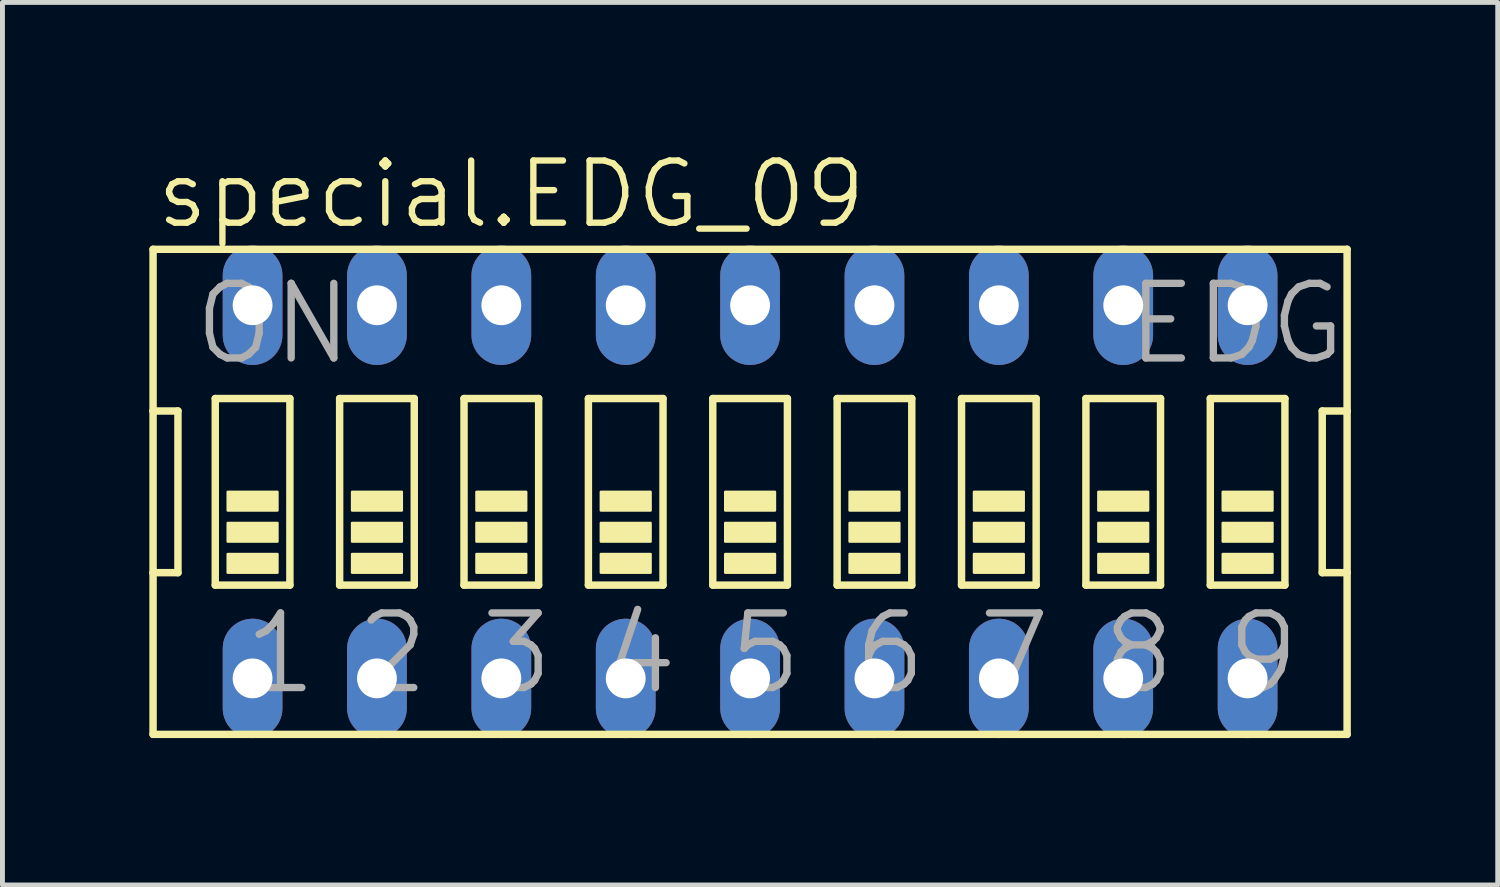
<source format=kicad_pcb>
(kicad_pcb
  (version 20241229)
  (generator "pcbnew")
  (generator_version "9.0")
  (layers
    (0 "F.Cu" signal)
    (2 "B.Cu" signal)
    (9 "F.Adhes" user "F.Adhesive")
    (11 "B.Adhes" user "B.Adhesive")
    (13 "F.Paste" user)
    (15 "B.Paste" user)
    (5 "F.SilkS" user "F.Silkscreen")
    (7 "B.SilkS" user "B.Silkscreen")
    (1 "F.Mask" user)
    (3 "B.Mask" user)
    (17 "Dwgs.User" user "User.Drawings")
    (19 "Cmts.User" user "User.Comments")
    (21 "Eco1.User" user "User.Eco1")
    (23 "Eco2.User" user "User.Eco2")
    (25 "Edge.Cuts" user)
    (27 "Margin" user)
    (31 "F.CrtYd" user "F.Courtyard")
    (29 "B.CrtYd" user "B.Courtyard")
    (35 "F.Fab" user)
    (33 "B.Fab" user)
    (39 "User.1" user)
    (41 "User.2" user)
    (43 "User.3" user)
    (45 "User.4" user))
  (footprint "special.EDG_09"
    (layer "F.Cu")
    (at 12.268 6.994)
    (property "Reference" "special.EDG_09" (at -12.192 -5.334 0) (layer "F.SilkS") (effects (font (size 1.27 1.27) (thickness 0.13)) (justify left bottom)))
    (attr through_hole)
    (fp_line (start -12.192 -4.953) (end -12.192 -1.651) (stroke (width 0.152) (type default)) (layer "F.SilkS"))
    (fp_line (start -12.192 -1.651) (end -12.192 1.651) (stroke (width 0.152) (type default)) (layer "F.SilkS"))
    (fp_line (start -12.192 1.651) (end -12.192 4.953) (stroke (width 0.152) (type default)) (layer "F.SilkS"))
    (fp_line (start -12.192 1.651) (end -11.684 1.651) (stroke (width 0.152) (type default)) (layer "F.SilkS"))
    (fp_line (start -12.192 4.953) (end 12.192 4.953) (stroke (width 0.152) (type default)) (layer "F.SilkS"))
    (fp_line (start -11.684 -1.651) (end -12.192 -1.651) (stroke (width 0.152) (type default)) (layer "F.SilkS"))
    (fp_line (start -11.684 1.651) (end -11.684 -1.651) (stroke (width 0.152) (type default)) (layer "F.SilkS"))
    (fp_line (start -10.922 -1.905) (end -10.922 1.905) (stroke (width 0.152) (type default)) (layer "F.SilkS"))
    (fp_line (start -10.922 -1.905) (end -9.398 -1.905) (stroke (width 0.152) (type default)) (layer "F.SilkS"))
    (fp_line (start -9.398 1.905) (end -10.922 1.905) (stroke (width 0.152) (type default)) (layer "F.SilkS"))
    (fp_line (start -9.398 1.905) (end -9.398 -1.905) (stroke (width 0.152) (type default)) (layer "F.SilkS"))
    (fp_line (start -8.382 -1.905) (end -8.382 1.905) (stroke (width 0.152) (type default)) (layer "F.SilkS"))
    (fp_line (start -8.382 -1.905) (end -6.858 -1.905) (stroke (width 0.152) (type default)) (layer "F.SilkS"))
    (fp_line (start -6.858 1.905) (end -8.382 1.905) (stroke (width 0.152) (type default)) (layer "F.SilkS"))
    (fp_line (start -6.858 1.905) (end -6.858 -1.905) (stroke (width 0.152) (type default)) (layer "F.SilkS"))
    (fp_line (start -5.842 -1.905) (end -5.842 1.905) (stroke (width 0.152) (type default)) (layer "F.SilkS"))
    (fp_line (start -5.842 -1.905) (end -4.318 -1.905) (stroke (width 0.152) (type default)) (layer "F.SilkS"))
    (fp_line (start -4.318 1.905) (end -5.842 1.905) (stroke (width 0.152) (type default)) (layer "F.SilkS"))
    (fp_line (start -4.318 1.905) (end -4.318 -1.905) (stroke (width 0.152) (type default)) (layer "F.SilkS"))
    (fp_line (start -3.302 -1.905) (end -3.302 1.905) (stroke (width 0.152) (type default)) (layer "F.SilkS"))
    (fp_line (start -3.302 -1.905) (end -1.778 -1.905) (stroke (width 0.152) (type default)) (layer "F.SilkS"))
    (fp_line (start -1.778 1.905) (end -3.302 1.905) (stroke (width 0.152) (type default)) (layer "F.SilkS"))
    (fp_line (start -1.778 1.905) (end -1.778 -1.905) (stroke (width 0.152) (type default)) (layer "F.SilkS"))
    (fp_line (start -0.762 -1.905) (end -0.762 1.905) (stroke (width 0.152) (type default)) (layer "F.SilkS"))
    (fp_line (start -0.762 -1.905) (end 0.762 -1.905) (stroke (width 0.152) (type default)) (layer "F.SilkS"))
    (fp_line (start 0.762 1.905) (end -0.762 1.905) (stroke (width 0.152) (type default)) (layer "F.SilkS"))
    (fp_line (start 0.762 1.905) (end 0.762 -1.905) (stroke (width 0.152) (type default)) (layer "F.SilkS"))
    (fp_line (start 1.778 -1.905) (end 1.778 1.905) (stroke (width 0.152) (type default)) (layer "F.SilkS"))
    (fp_line (start 1.778 -1.905) (end 3.302 -1.905) (stroke (width 0.152) (type default)) (layer "F.SilkS"))
    (fp_line (start 3.302 1.905) (end 1.778 1.905) (stroke (width 0.152) (type default)) (layer "F.SilkS"))
    (fp_line (start 3.302 1.905) (end 3.302 -1.905) (stroke (width 0.152) (type default)) (layer "F.SilkS"))
    (fp_line (start 4.318 -1.905) (end 4.318 1.905) (stroke (width 0.152) (type default)) (layer "F.SilkS"))
    (fp_line (start 4.318 -1.905) (end 5.842 -1.905) (stroke (width 0.152) (type default)) (layer "F.SilkS"))
    (fp_line (start 5.842 1.905) (end 4.318 1.905) (stroke (width 0.152) (type default)) (layer "F.SilkS"))
    (fp_line (start 5.842 1.905) (end 5.842 -1.905) (stroke (width 0.152) (type default)) (layer "F.SilkS"))
    (fp_line (start 6.858 -1.905) (end 6.858 1.905) (stroke (width 0.152) (type default)) (layer "F.SilkS"))
    (fp_line (start 6.858 -1.905) (end 8.382 -1.905) (stroke (width 0.152) (type default)) (layer "F.SilkS"))
    (fp_line (start 8.382 1.905) (end 6.858 1.905) (stroke (width 0.152) (type default)) (layer "F.SilkS"))
    (fp_line (start 8.382 1.905) (end 8.382 -1.905) (stroke (width 0.152) (type default)) (layer "F.SilkS"))
    (fp_line (start 9.398 -1.905) (end 9.398 1.905) (stroke (width 0.152) (type default)) (layer "F.SilkS"))
    (fp_line (start 9.398 -1.905) (end 10.922 -1.905) (stroke (width 0.152) (type default)) (layer "F.SilkS"))
    (fp_line (start 10.922 1.905) (end 9.398 1.905) (stroke (width 0.152) (type default)) (layer "F.SilkS"))
    (fp_line (start 10.922 1.905) (end 10.922 -1.905) (stroke (width 0.152) (type default)) (layer "F.SilkS"))
    (fp_line (start 11.684 -1.651) (end 11.684 1.651) (stroke (width 0.152) (type default)) (layer "F.SilkS"))
    (fp_line (start 11.684 1.651) (end 12.192 1.651) (stroke (width 0.152) (type default)) (layer "F.SilkS"))
    (fp_line (start 12.192 -4.953) (end -12.192 -4.953) (stroke (width 0.152) (type default)) (layer "F.SilkS"))
    (fp_line (start 12.192 -1.651) (end 11.684 -1.651) (stroke (width 0.152) (type default)) (layer "F.SilkS"))
    (fp_line (start 12.192 -1.651) (end 12.192 -4.953) (stroke (width 0.152) (type default)) (layer "F.SilkS"))
    (fp_line (start 12.192 1.651) (end 12.192 -1.651) (stroke (width 0.152) (type default)) (layer "F.SilkS"))
    (fp_line (start 12.192 4.953) (end 12.192 1.651) (stroke (width 0.152) (type default)) (layer "F.SilkS"))
    (fp_rect (start -10.668 0.381) (end -9.652 0) (stroke (width 0.05) (type default)) (fill yes) (layer "F.SilkS"))
    (fp_rect (start -10.668 1.016) (end -9.652 0.635) (stroke (width 0.05) (type default)) (fill yes) (layer "F.SilkS"))
    (fp_rect (start -10.668 1.651) (end -9.652 1.27) (stroke (width 0.05) (type default)) (fill yes) (layer "F.SilkS"))
    (fp_rect (start -8.128 0.381) (end -7.112 0) (stroke (width 0.05) (type default)) (fill yes) (layer "F.SilkS"))
    (fp_rect (start -8.128 1.016) (end -7.112 0.635) (stroke (width 0.05) (type default)) (fill yes) (layer "F.SilkS"))
    (fp_rect (start -8.128 1.651) (end -7.112 1.27) (stroke (width 0.05) (type default)) (fill yes) (layer "F.SilkS"))
    (fp_rect (start -5.588 0.381) (end -4.572 0) (stroke (width 0.05) (type default)) (fill yes) (layer "F.SilkS"))
    (fp_rect (start -5.588 1.016) (end -4.572 0.635) (stroke (width 0.05) (type default)) (fill yes) (layer "F.SilkS"))
    (fp_rect (start -5.588 1.651) (end -4.572 1.27) (stroke (width 0.05) (type default)) (fill yes) (layer "F.SilkS"))
    (fp_rect (start -3.048 0.381) (end -2.032 0) (stroke (width 0.05) (type default)) (fill yes) (layer "F.SilkS"))
    (fp_rect (start -3.048 1.016) (end -2.032 0.635) (stroke (width 0.05) (type default)) (fill yes) (layer "F.SilkS"))
    (fp_rect (start -3.048 1.651) (end -2.032 1.27) (stroke (width 0.05) (type default)) (fill yes) (layer "F.SilkS"))
    (fp_rect (start -0.508 0.381) (end 0.508 0) (stroke (width 0.05) (type default)) (fill yes) (layer "F.SilkS"))
    (fp_rect (start -0.508 1.016) (end 0.508 0.635) (stroke (width 0.05) (type default)) (fill yes) (layer "F.SilkS"))
    (fp_rect (start -0.508 1.651) (end 0.508 1.27) (stroke (width 0.05) (type default)) (fill yes) (layer "F.SilkS"))
    (fp_rect (start 2.032 0.381) (end 3.048 0) (stroke (width 0.05) (type default)) (fill yes) (layer "F.SilkS"))
    (fp_rect (start 2.032 1.016) (end 3.048 0.635) (stroke (width 0.05) (type default)) (fill yes) (layer "F.SilkS"))
    (fp_rect (start 2.032 1.651) (end 3.048 1.27) (stroke (width 0.05) (type default)) (fill yes) (layer "F.SilkS"))
    (fp_rect (start 4.572 0.381) (end 5.588 0) (stroke (width 0.05) (type default)) (fill yes) (layer "F.SilkS"))
    (fp_rect (start 4.572 1.016) (end 5.588 0.635) (stroke (width 0.05) (type default)) (fill yes) (layer "F.SilkS"))
    (fp_rect (start 4.572 1.651) (end 5.588 1.27) (stroke (width 0.05) (type default)) (fill yes) (layer "F.SilkS"))
    (fp_rect (start 7.112 0.381) (end 8.128 0) (stroke (width 0.05) (type default)) (fill yes) (layer "F.SilkS"))
    (fp_rect (start 7.112 1.016) (end 8.128 0.635) (stroke (width 0.05) (type default)) (fill yes) (layer "F.SilkS"))
    (fp_rect (start 7.112 1.651) (end 8.128 1.27) (stroke (width 0.05) (type default)) (fill yes) (layer "F.SilkS"))
    (fp_rect (start 9.652 0.381) (end 10.668 0) (stroke (width 0.05) (type default)) (fill yes) (layer "F.SilkS"))
    (fp_rect (start 9.652 1.016) (end 10.668 0.635) (stroke (width 0.05) (type default)) (fill yes) (layer "F.SilkS"))
    (fp_rect (start 9.652 1.651) (end 10.668 1.27) (stroke (width 0.05) (type default)) (fill yes) (layer "F.SilkS"))
    (fp_text user "9" (at 9.652 4.191 0) (layer "F.Fab") (effects (font (size 1.524 1.524) (thickness 0.15)) (justify left bottom)))
    (fp_text user "1" (at -10.414 4.191 0) (layer "F.Fab") (effects (font (size 1.524 1.524) (thickness 0.15)) (justify left bottom)))
    (fp_text user "2" (at -8.128 4.191 0) (layer "F.Fab") (effects (font (size 1.524 1.524) (thickness 0.15)) (justify left bottom)))
    (fp_text user "8" (at 7.112 4.191 0) (layer "F.Fab") (effects (font (size 1.524 1.524) (thickness 0.15)) (justify left bottom)))
    (fp_text user "EDG" (at 7.62 -2.54 0) (layer "F.Fab") (effects (font (size 1.524 1.524) (thickness 0.15)) (justify left bottom)))
    (fp_text user "ON" (at -11.43 -2.54 0) (layer "F.Fab") (effects (font (size 1.524 1.524) (thickness 0.15)) (justify left bottom)))
    (fp_text user "7" (at 4.572 4.191 0) (layer "F.Fab") (effects (font (size 1.524 1.524) (thickness 0.15)) (justify left bottom)))
    (fp_text user "3" (at -5.588 4.191 0) (layer "F.Fab") (effects (font (size 1.524 1.524) (thickness 0.15)) (justify left bottom)))
    (fp_text user "6" (at 2.032 4.191 0) (layer "F.Fab") (effects (font (size 1.524 1.524) (thickness 0.15)) (justify left bottom)))
    (fp_text user "5" (at -0.508 4.191 0) (layer "F.Fab") (effects (font (size 1.524 1.524) (thickness 0.15)) (justify left bottom)))
    (fp_text user "4" (at -3.048 4.191 0) (layer "F.Fab") (effects (font (size 1.524 1.524) (thickness 0.15)) (justify left bottom)))
    (pad "1" thru_hole oval (at -10.16 3.81 90) (size 2.438 1.219) (drill 0.813) (layers "*.Cu" "*.Mask"))
    (pad "2" thru_hole oval (at -7.62 3.81 90) (size 2.438 1.219) (drill 0.813) (layers "*.Cu" "*.Mask"))
    (pad "3" thru_hole oval (at -5.08 3.81 90) (size 2.438 1.219) (drill 0.813) (layers "*.Cu" "*.Mask"))
    (pad "4" thru_hole oval (at -2.54 3.81 90) (size 2.438 1.219) (drill 0.813) (layers "*.Cu" "*.Mask"))
    (pad "5" thru_hole oval (at 0 3.81 90) (size 2.438 1.219) (drill 0.813) (layers "*.Cu" "*.Mask"))
    (pad "6" thru_hole oval (at 2.54 3.81 90) (size 2.438 1.219) (drill 0.813) (layers "*.Cu" "*.Mask"))
    (pad "7" thru_hole oval (at 5.08 3.81 90) (size 2.438 1.219) (drill 0.813) (layers "*.Cu" "*.Mask"))
    (pad "8" thru_hole oval (at 7.62 3.81 90) (size 2.438 1.219) (drill 0.813) (layers "*.Cu" "*.Mask"))
    (pad "9" thru_hole oval (at 10.16 3.81 90) (size 2.438 1.219) (drill 0.813) (layers "*.Cu" "*.Mask"))
    (pad "10" thru_hole oval (at 10.16 -3.81 90) (size 2.438 1.219) (drill 0.813) (layers "*.Cu" "*.Mask"))
    (pad "11" thru_hole oval (at 7.62 -3.81 90) (size 2.438 1.219) (drill 0.813) (layers "*.Cu" "*.Mask"))
    (pad "12" thru_hole oval (at 5.08 -3.81 90) (size 2.438 1.219) (drill 0.813) (layers "*.Cu" "*.Mask"))
    (pad "13" thru_hole oval (at 2.54 -3.81 90) (size 2.438 1.219) (drill 0.813) (layers "*.Cu" "*.Mask"))
    (pad "14" thru_hole oval (at 0 -3.81 90) (size 2.438 1.219) (drill 0.813) (layers "*.Cu" "*.Mask"))
    (pad "15" thru_hole oval (at -2.54 -3.81 90) (size 2.438 1.219) (drill 0.813) (layers "*.Cu" "*.Mask"))
    (pad "16" thru_hole oval (at -5.08 -3.81 90) (size 2.438 1.219) (drill 0.813) (layers "*.Cu" "*.Mask"))
    (pad "17" thru_hole oval (at -7.62 -3.81 90) (size 2.438 1.219) (drill 0.813) (layers "*.Cu" "*.Mask"))
    (pad "18" thru_hole oval (at -10.16 -3.81 90) (size 2.438 1.219) (drill 0.813) (layers "*.Cu" "*.Mask")))
  (gr_rect
    (start -3 -3)
    (end 27.536 15.023)
    (stroke (width 0.1) (type default))
    (fill no)
    (layer "Edge.Cuts")))
</source>
